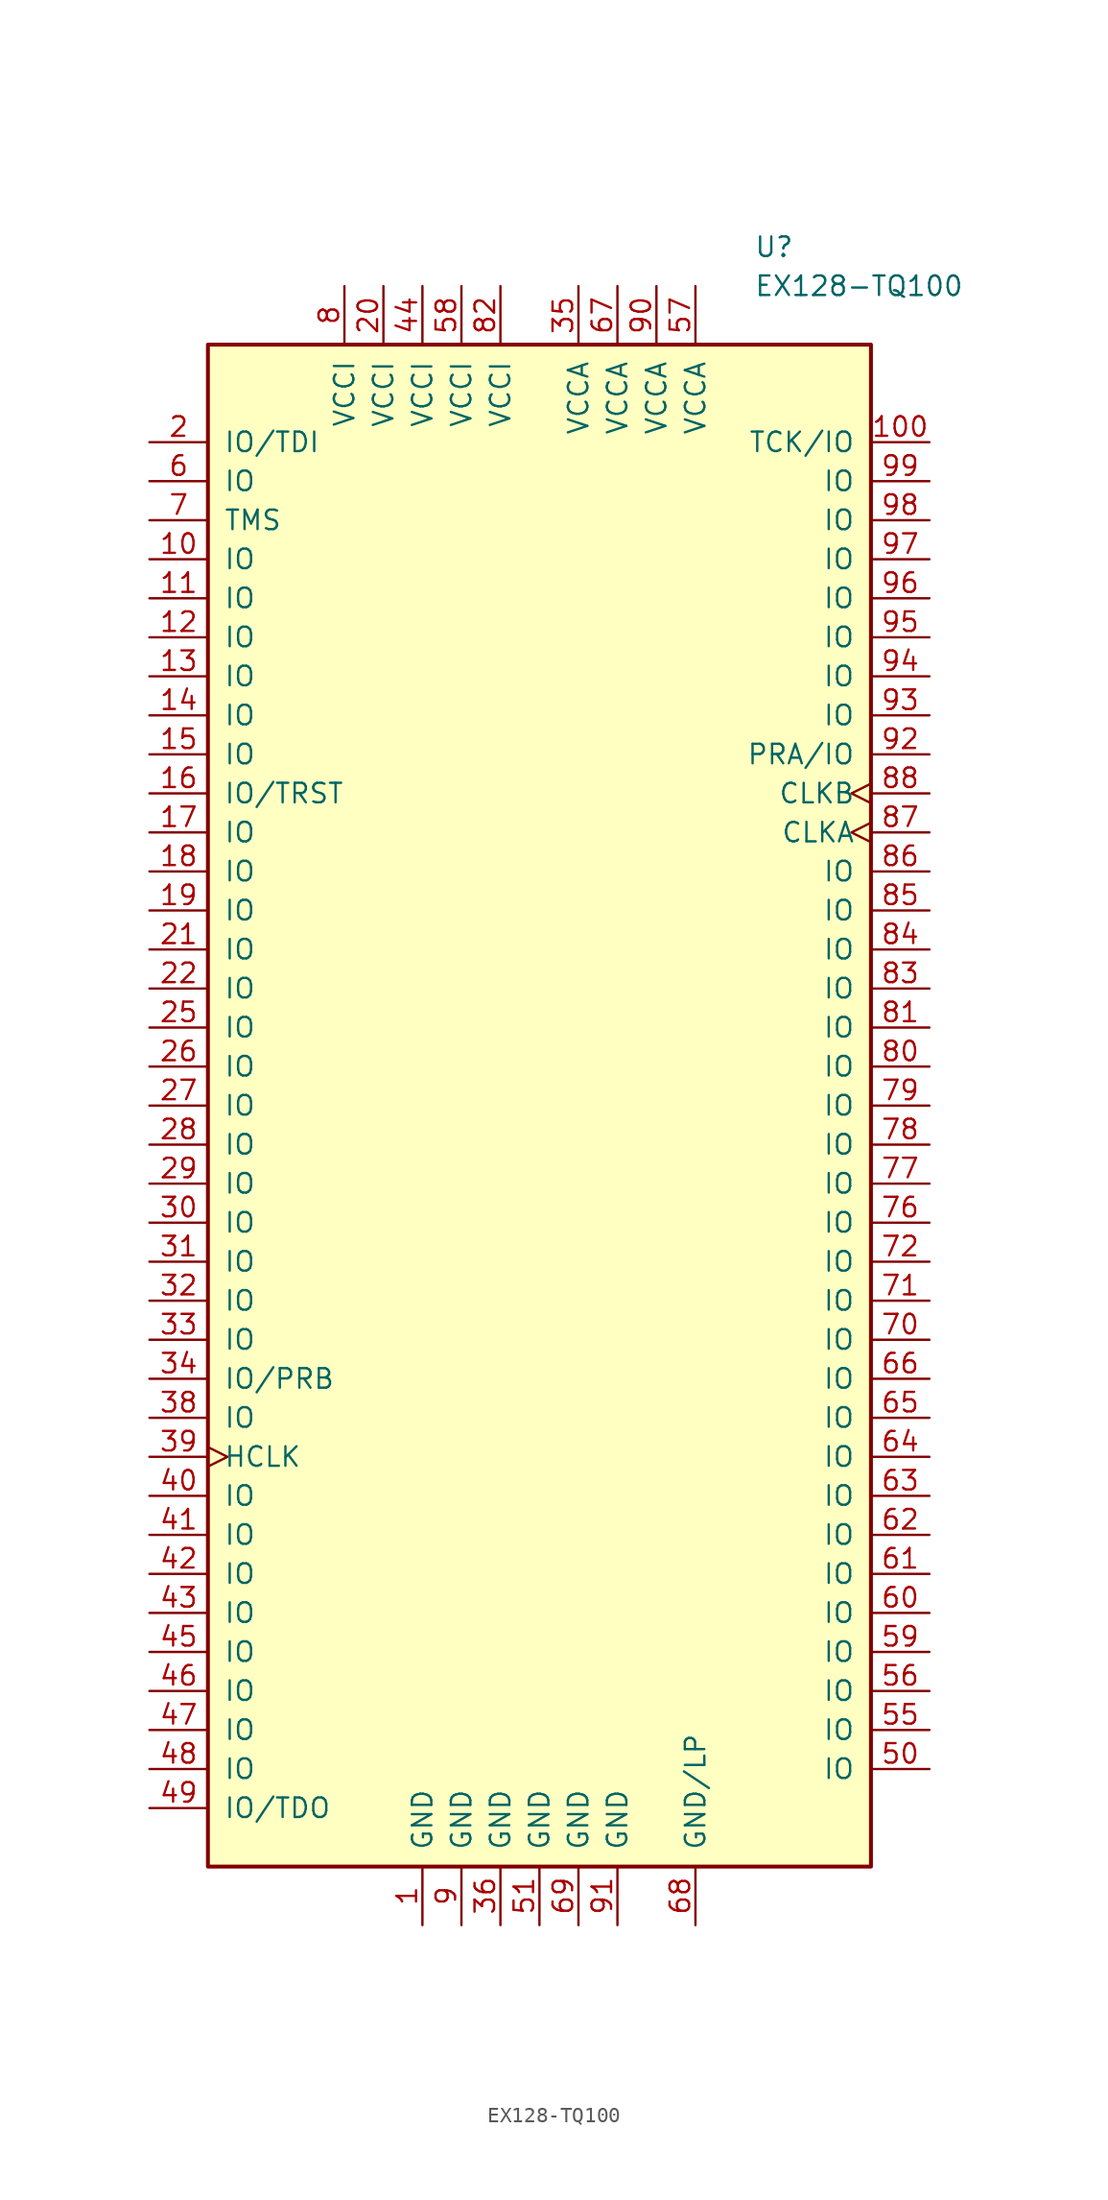
<source format=kicad_sym>
(kicad_symbol_lib
  (version 20201005)
  (generator kicad_symbol_editor)
  (symbol "EX128-TQ100"
    (pin_names
      (offset 1.016))
    (property "Reference" "U"
      (at 13.97 55.88 0)
      (effects (font (size 1.27 1.27)) (justify left)))
    (property "Value" "EX128-TQ100"
      (at 13.97 53.34 0)
      (effects (font (size 1.27 1.27)) (justify left)))
    (symbol "EX128-TQ100_0_1"
      (rectangle (start -21.59 49.53) (end 21.59 -49.53) (stroke (width 0.254)) (fill (type background))))
    (symbol "EX128-TQ100_1_1"
      (pin power_in line (at -7.62 -53.34 90) (length 3.81) (name "GND" (effects (font (size 1.27 1.27)))) (number "1" (effects (font (size 1.27 1.27)))))
      (pin bidirectional line (at -25.4 35.56 0) (length 3.81) (name "IO" (effects (font (size 1.27 1.27)))) (number "10" (effects (font (size 1.27 1.27)))))
      (pin bidirectional line (at 25.4 43.18 180) (length 3.81) (name "TCK/IO" (effects (font (size 1.27 1.27)))) (number "100" (effects (font (size 1.27 1.27)))))
      (pin bidirectional line (at -25.4 33.02 0) (length 3.81) (name "IO" (effects (font (size 1.27 1.27)))) (number "11" (effects (font (size 1.27 1.27)))))
      (pin bidirectional line (at -25.4 30.48 0) (length 3.81) (name "IO" (effects (font (size 1.27 1.27)))) (number "12" (effects (font (size 1.27 1.27)))))
      (pin bidirectional line (at -25.4 27.94 0) (length 3.81) (name "IO" (effects (font (size 1.27 1.27)))) (number "13" (effects (font (size 1.27 1.27)))))
      (pin bidirectional line (at -25.4 25.4 0) (length 3.81) (name "IO" (effects (font (size 1.27 1.27)))) (number "14" (effects (font (size 1.27 1.27)))))
      (pin bidirectional line (at -25.4 22.86 0) (length 3.81) (name "IO" (effects (font (size 1.27 1.27)))) (number "15" (effects (font (size 1.27 1.27)))))
      (pin bidirectional line (at -25.4 20.32 0) (length 3.81) (name "IO/TRST" (effects (font (size 1.27 1.27)))) (number "16" (effects (font (size 1.27 1.27)))))
      (pin bidirectional line (at -25.4 17.78 0) (length 3.81) (name "IO" (effects (font (size 1.27 1.27)))) (number "17" (effects (font (size 1.27 1.27)))))
      (pin bidirectional line (at -25.4 15.24 0) (length 3.81) (name "IO" (effects (font (size 1.27 1.27)))) (number "18" (effects (font (size 1.27 1.27)))))
      (pin bidirectional line (at -25.4 12.7 0) (length 3.81) (name "IO" (effects (font (size 1.27 1.27)))) (number "19" (effects (font (size 1.27 1.27)))))
      (pin bidirectional line (at -25.4 43.18 0) (length 3.81) (name "IO/TDI" (effects (font (size 1.27 1.27)))) (number "2" (effects (font (size 1.27 1.27)))))
      (pin power_in line (at -10.16 53.34 270) (length 3.81) (name "VCCI" (effects (font (size 1.27 1.27)))) (number "20" (effects (font (size 1.27 1.27)))))
      (pin bidirectional line (at -25.4 10.16 0) (length 3.81) (name "IO" (effects (font (size 1.27 1.27)))) (number "21" (effects (font (size 1.27 1.27)))))
      (pin bidirectional line (at -25.4 7.62 0) (length 3.81) (name "IO" (effects (font (size 1.27 1.27)))) (number "22" (effects (font (size 1.27 1.27)))))
      (pin bidirectional line (at -25.4 5.08 0) (length 3.81) (name "IO" (effects (font (size 1.27 1.27)))) (number "25" (effects (font (size 1.27 1.27)))))
      (pin bidirectional line (at -25.4 2.54 0) (length 3.81) (name "IO" (effects (font (size 1.27 1.27)))) (number "26" (effects (font (size 1.27 1.27)))))
      (pin bidirectional line (at -25.4 0 0) (length 3.81) (name "IO" (effects (font (size 1.27 1.27)))) (number "27" (effects (font (size 1.27 1.27)))))
      (pin bidirectional line (at -25.4 -2.54 0) (length 3.81) (name "IO" (effects (font (size 1.27 1.27)))) (number "28" (effects (font (size 1.27 1.27)))))
      (pin bidirectional line (at -25.4 -5.08 0) (length 3.81) (name "IO" (effects (font (size 1.27 1.27)))) (number "29" (effects (font (size 1.27 1.27)))))
      (pin bidirectional line (at -25.4 -7.62 0) (length 3.81) (name "IO" (effects (font (size 1.27 1.27)))) (number "30" (effects (font (size 1.27 1.27)))))
      (pin bidirectional line (at -25.4 -10.16 0) (length 3.81) (name "IO" (effects (font (size 1.27 1.27)))) (number "31" (effects (font (size 1.27 1.27)))))
      (pin bidirectional line (at -25.4 -12.7 0) (length 3.81) (name "IO" (effects (font (size 1.27 1.27)))) (number "32" (effects (font (size 1.27 1.27)))))
      (pin bidirectional line (at -25.4 -15.24 0) (length 3.81) (name "IO" (effects (font (size 1.27 1.27)))) (number "33" (effects (font (size 1.27 1.27)))))
      (pin bidirectional line (at -25.4 -17.78 0) (length 3.81) (name "IO/PRB" (effects (font (size 1.27 1.27)))) (number "34" (effects (font (size 1.27 1.27)))))
      (pin power_in line (at 2.54 53.34 270) (length 3.81) (name "VCCA" (effects (font (size 1.27 1.27)))) (number "35" (effects (font (size 1.27 1.27)))))
      (pin power_in line (at -2.54 -53.34 90) (length 3.81) (name "GND" (effects (font (size 1.27 1.27)))) (number "36" (effects (font (size 1.27 1.27)))))
      (pin bidirectional line (at -25.4 -20.32 0) (length 3.81) (name "IO" (effects (font (size 1.27 1.27)))) (number "38" (effects (font (size 1.27 1.27)))))
      (pin input clock (at -25.4 -22.86 0) (length 3.81) (name "HCLK" (effects (font (size 1.27 1.27)))) (number "39" (effects (font (size 1.27 1.27)))))
      (pin bidirectional line (at -25.4 -25.4 0) (length 3.81) (name "IO" (effects (font (size 1.27 1.27)))) (number "40" (effects (font (size 1.27 1.27)))))
      (pin bidirectional line (at -25.4 -27.94 0) (length 3.81) (name "IO" (effects (font (size 1.27 1.27)))) (number "41" (effects (font (size 1.27 1.27)))))
      (pin bidirectional line (at -25.4 -30.48 0) (length 3.81) (name "IO" (effects (font (size 1.27 1.27)))) (number "42" (effects (font (size 1.27 1.27)))))
      (pin bidirectional line (at -25.4 -33.02 0) (length 3.81) (name "IO" (effects (font (size 1.27 1.27)))) (number "43" (effects (font (size 1.27 1.27)))))
      (pin power_in line (at -7.62 53.34 270) (length 3.81) (name "VCCI" (effects (font (size 1.27 1.27)))) (number "44" (effects (font (size 1.27 1.27)))))
      (pin bidirectional line (at -25.4 -35.56 0) (length 3.81) (name "IO" (effects (font (size 1.27 1.27)))) (number "45" (effects (font (size 1.27 1.27)))))
      (pin bidirectional line (at -25.4 -38.1 0) (length 3.81) (name "IO" (effects (font (size 1.27 1.27)))) (number "46" (effects (font (size 1.27 1.27)))))
      (pin bidirectional line (at -25.4 -40.64 0) (length 3.81) (name "IO" (effects (font (size 1.27 1.27)))) (number "47" (effects (font (size 1.27 1.27)))))
      (pin bidirectional line (at -25.4 -43.18 0) (length 3.81) (name "IO" (effects (font (size 1.27 1.27)))) (number "48" (effects (font (size 1.27 1.27)))))
      (pin bidirectional line (at -25.4 -45.72 0) (length 3.81) (name "IO/TDO" (effects (font (size 1.27 1.27)))) (number "49" (effects (font (size 1.27 1.27)))))
      (pin bidirectional line (at 25.4 -43.18 180) (length 3.81) (name "IO" (effects (font (size 1.27 1.27)))) (number "50" (effects (font (size 1.27 1.27)))))
      (pin power_in line (at 0 -53.34 90) (length 3.81) (name "GND" (effects (font (size 1.27 1.27)))) (number "51" (effects (font (size 1.27 1.27)))))
      (pin bidirectional line (at 25.4 -40.64 180) (length 3.81) (name "IO" (effects (font (size 1.27 1.27)))) (number "55" (effects (font (size 1.27 1.27)))))
      (pin bidirectional line (at 25.4 -38.1 180) (length 3.81) (name "IO" (effects (font (size 1.27 1.27)))) (number "56" (effects (font (size 1.27 1.27)))))
      (pin power_in line (at 10.16 53.34 270) (length 3.81) (name "VCCA" (effects (font (size 1.27 1.27)))) (number "57" (effects (font (size 1.27 1.27)))))
      (pin power_in line (at -5.08 53.34 270) (length 3.81) (name "VCCI" (effects (font (size 1.27 1.27)))) (number "58" (effects (font (size 1.27 1.27)))))
      (pin bidirectional line (at 25.4 -35.56 180) (length 3.81) (name "IO" (effects (font (size 1.27 1.27)))) (number "59" (effects (font (size 1.27 1.27)))))
      (pin bidirectional line (at -25.4 40.64 0) (length 3.81) (name "IO" (effects (font (size 1.27 1.27)))) (number "6" (effects (font (size 1.27 1.27)))))
      (pin bidirectional line (at 25.4 -33.02 180) (length 3.81) (name "IO" (effects (font (size 1.27 1.27)))) (number "60" (effects (font (size 1.27 1.27)))))
      (pin bidirectional line (at 25.4 -30.48 180) (length 3.81) (name "IO" (effects (font (size 1.27 1.27)))) (number "61" (effects (font (size 1.27 1.27)))))
      (pin bidirectional line (at 25.4 -27.94 180) (length 3.81) (name "IO" (effects (font (size 1.27 1.27)))) (number "62" (effects (font (size 1.27 1.27)))))
      (pin bidirectional line (at 25.4 -25.4 180) (length 3.81) (name "IO" (effects (font (size 1.27 1.27)))) (number "63" (effects (font (size 1.27 1.27)))))
      (pin bidirectional line (at 25.4 -22.86 180) (length 3.81) (name "IO" (effects (font (size 1.27 1.27)))) (number "64" (effects (font (size 1.27 1.27)))))
      (pin bidirectional line (at 25.4 -20.32 180) (length 3.81) (name "IO" (effects (font (size 1.27 1.27)))) (number "65" (effects (font (size 1.27 1.27)))))
      (pin bidirectional line (at 25.4 -17.78 180) (length 3.81) (name "IO" (effects (font (size 1.27 1.27)))) (number "66" (effects (font (size 1.27 1.27)))))
      (pin power_in line (at 5.08 53.34 270) (length 3.81) (name "VCCA" (effects (font (size 1.27 1.27)))) (number "67" (effects (font (size 1.27 1.27)))))
      (pin power_in line (at 10.16 -53.34 90) (length 3.81) (name "GND/LP" (effects (font (size 1.27 1.27)))) (number "68" (effects (font (size 1.27 1.27)))))
      (pin power_in line (at 2.54 -53.34 90) (length 3.81) (name "GND" (effects (font (size 1.27 1.27)))) (number "69" (effects (font (size 1.27 1.27)))))
      (pin input line (at -25.4 38.1 0) (length 3.81) (name "TMS" (effects (font (size 1.27 1.27)))) (number "7" (effects (font (size 1.27 1.27)))))
      (pin bidirectional line (at 25.4 -15.24 180) (length 3.81) (name "IO" (effects (font (size 1.27 1.27)))) (number "70" (effects (font (size 1.27 1.27)))))
      (pin bidirectional line (at 25.4 -12.7 180) (length 3.81) (name "IO" (effects (font (size 1.27 1.27)))) (number "71" (effects (font (size 1.27 1.27)))))
      (pin bidirectional line (at 25.4 -10.16 180) (length 3.81) (name "IO" (effects (font (size 1.27 1.27)))) (number "72" (effects (font (size 1.27 1.27)))))
      (pin bidirectional line (at 25.4 -7.62 180) (length 3.81) (name "IO" (effects (font (size 1.27 1.27)))) (number "76" (effects (font (size 1.27 1.27)))))
      (pin bidirectional line (at 25.4 -5.08 180) (length 3.81) (name "IO" (effects (font (size 1.27 1.27)))) (number "77" (effects (font (size 1.27 1.27)))))
      (pin bidirectional line (at 25.4 -2.54 180) (length 3.81) (name "IO" (effects (font (size 1.27 1.27)))) (number "78" (effects (font (size 1.27 1.27)))))
      (pin bidirectional line (at 25.4 0 180) (length 3.81) (name "IO" (effects (font (size 1.27 1.27)))) (number "79" (effects (font (size 1.27 1.27)))))
      (pin power_in line (at -12.7 53.34 270) (length 3.785) (name "VCCI" (effects (font (size 1.27 1.27)))) (number "8" (effects (font (size 1.27 1.27)))))
      (pin bidirectional line (at 25.4 2.54 180) (length 3.81) (name "IO" (effects (font (size 1.27 1.27)))) (number "80" (effects (font (size 1.27 1.27)))))
      (pin bidirectional line (at 25.4 5.08 180) (length 3.81) (name "IO" (effects (font (size 1.27 1.27)))) (number "81" (effects (font (size 1.27 1.27)))))
      (pin power_in line (at -2.54 53.34 270) (length 3.81) (name "VCCI" (effects (font (size 1.27 1.27)))) (number "82" (effects (font (size 1.27 1.27)))))
      (pin bidirectional line (at 25.4 7.62 180) (length 3.81) (name "IO" (effects (font (size 1.27 1.27)))) (number "83" (effects (font (size 1.27 1.27)))))
      (pin bidirectional line (at 25.4 10.16 180) (length 3.81) (name "IO" (effects (font (size 1.27 1.27)))) (number "84" (effects (font (size 1.27 1.27)))))
      (pin bidirectional line (at 25.4 12.7 180) (length 3.81) (name "IO" (effects (font (size 1.27 1.27)))) (number "85" (effects (font (size 1.27 1.27)))))
      (pin bidirectional line (at 25.4 15.24 180) (length 3.81) (name "IO" (effects (font (size 1.27 1.27)))) (number "86" (effects (font (size 1.27 1.27)))))
      (pin input clock (at 25.4 17.78 180) (length 3.81) (name "CLKA" (effects (font (size 1.27 1.27)))) (number "87" (effects (font (size 1.27 1.27)))))
      (pin input clock (at 25.4 20.32 180) (length 3.81) (name "CLKB" (effects (font (size 1.27 1.27)))) (number "88" (effects (font (size 1.27 1.27)))))
      (pin power_in line (at -5.08 -53.34 90) (length 3.81) (name "GND" (effects (font (size 1.27 1.27)))) (number "9" (effects (font (size 1.27 1.27)))))
      (pin power_in line (at 7.62 53.34 270) (length 3.81) (name "VCCA" (effects (font (size 1.27 1.27)))) (number "90" (effects (font (size 1.27 1.27)))))
      (pin power_in line (at 5.08 -53.34 90) (length 3.81) (name "GND" (effects (font (size 1.27 1.27)))) (number "91" (effects (font (size 1.27 1.27)))))
      (pin bidirectional line (at 25.4 22.86 180) (length 3.81) (name "PRA/IO" (effects (font (size 1.27 1.27)))) (number "92" (effects (font (size 1.27 1.27)))))
      (pin bidirectional line (at 25.4 25.4 180) (length 3.81) (name "IO" (effects (font (size 1.27 1.27)))) (number "93" (effects (font (size 1.27 1.27)))))
      (pin bidirectional line (at 25.4 27.94 180) (length 3.81) (name "IO" (effects (font (size 1.27 1.27)))) (number "94" (effects (font (size 1.27 1.27)))))
      (pin bidirectional line (at 25.4 30.48 180) (length 3.81) (name "IO" (effects (font (size 1.27 1.27)))) (number "95" (effects (font (size 1.27 1.27)))))
      (pin bidirectional line (at 25.4 33.02 180) (length 3.81) (name "IO" (effects (font (size 1.27 1.27)))) (number "96" (effects (font (size 1.27 1.27)))))
      (pin bidirectional line (at 25.4 35.56 180) (length 3.81) (name "IO" (effects (font (size 1.27 1.27)))) (number "97" (effects (font (size 1.27 1.27)))))
      (pin bidirectional line (at 25.4 38.1 180) (length 3.81) (name "IO" (effects (font (size 1.27 1.27)))) (number "98" (effects (font (size 1.27 1.27)))))
      (pin bidirectional line (at 25.4 40.64 180) (length 3.81) (name "IO" (effects (font (size 1.27 1.27)))) (number "99" (effects (font (size 1.27 1.27))))))))
</source>
